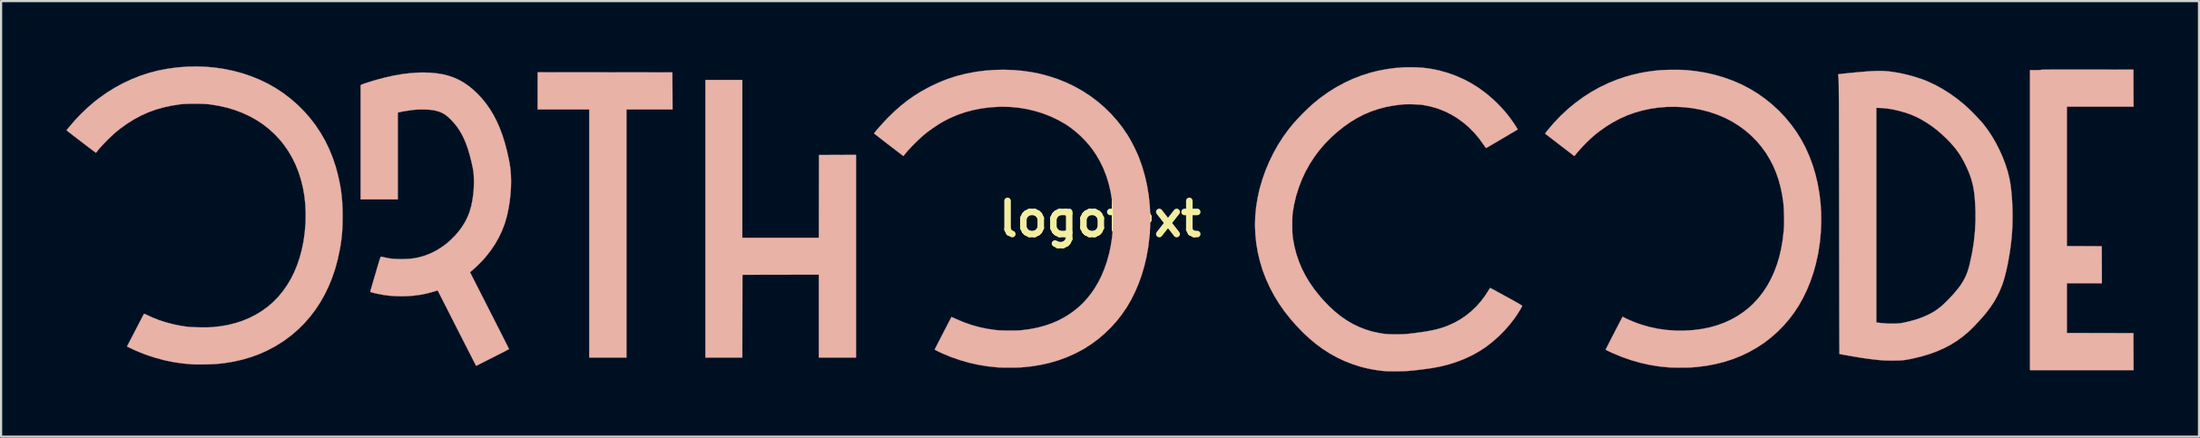
<source format=kicad_pcb>
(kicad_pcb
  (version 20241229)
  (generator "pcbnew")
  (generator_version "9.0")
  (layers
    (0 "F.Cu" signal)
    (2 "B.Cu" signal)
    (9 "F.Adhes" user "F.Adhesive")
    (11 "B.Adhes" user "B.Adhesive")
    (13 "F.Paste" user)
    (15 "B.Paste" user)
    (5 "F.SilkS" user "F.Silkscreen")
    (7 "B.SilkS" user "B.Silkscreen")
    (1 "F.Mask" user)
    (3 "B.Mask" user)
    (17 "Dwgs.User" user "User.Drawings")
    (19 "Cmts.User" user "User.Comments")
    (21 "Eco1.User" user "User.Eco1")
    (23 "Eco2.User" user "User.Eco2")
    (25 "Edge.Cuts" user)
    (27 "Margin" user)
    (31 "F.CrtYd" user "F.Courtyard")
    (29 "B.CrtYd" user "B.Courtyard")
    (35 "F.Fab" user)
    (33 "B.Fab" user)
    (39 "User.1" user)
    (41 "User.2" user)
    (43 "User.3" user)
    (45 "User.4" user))
  (footprint "logotext"
    (layer "F.Cu")
    (at 47.459 7.016)
    (property "Reference" "logotext" (at 0 0 0) (layer "F.SilkS") (effects (font (size 1.524 1.524) (thickness 0.3))))
    (attr through_hole)
    (fp_poly (pts (xy -22.729 -6.742) (xy -19.636 -6.738) (xy -19.632 -5.888) (xy -19.628 -5.038) (xy -21.745 -5.038) (xy -21.745 6.364) (xy -23.453 6.364) (xy -23.453 -5.038) (xy -25.823 -5.038) (xy -25.823 -6.745) (xy -22.729 -6.742)) (stroke (width 0.01) (type solid)) (fill yes) (layer "B.SilkS"))
    (fp_poly (pts (xy -16.425 0.861) (xy -12.912 0.861) (xy -12.908 -1.041) (xy -12.905 -2.942) (xy -12.054 -2.946) (xy -11.204 -2.949) (xy -11.204 6.364) (xy -12.912 6.364) (xy -12.912 2.554) (xy -14.665 2.558) (xy -16.418 2.561) (xy -16.422 4.463) (xy -16.425 6.364) (xy -18.119 6.364) (xy -18.119 -6.392) (xy -16.425 -6.392) (xy -16.425 0.861)) (stroke (width 0.01) (type solid)) (fill yes) (layer "B.SilkS"))
    (fp_poly (pts (xy 44.91 -6.869) (xy 45.233 -6.869) (xy 45.328 -6.869) (xy 47.449 -6.865) (xy 47.452 -6.015) (xy 47.456 -5.165) (xy 44.394 -5.165) (xy 44.394 1.242) (xy 45.194 1.245) (xy 45.995 1.249) (xy 45.999 2.099) (xy 46.002 2.949) (xy 44.394 2.949) (xy 44.394 5.235) (xy 45.921 5.239) (xy 47.449 5.242) (xy 47.456 6.943) (xy 42.7 6.943) (xy 42.7 -6.844) (xy 42.954 -6.844) (xy 43.052 -6.845) (xy 43.127 -6.847) (xy 43.179 -6.851) (xy 43.205 -6.855) (xy 43.208 -6.858) (xy 43.222 -6.86) (xy 43.265 -6.862) (xy 43.335 -6.864) (xy 43.434 -6.865) (xy 43.56 -6.867) (xy 43.715 -6.868) (xy 43.898 -6.868) (xy 44.109 -6.869) (xy 44.348 -6.869) (xy 44.615 -6.869) (xy 44.91 -6.869)) (stroke (width 0.01) (type solid)) (fill yes) (layer "B.SilkS"))
    (fp_poly (pts (xy 26.577 -6.857) (xy 26.724 -6.854) (xy 26.852 -6.848) (xy 26.917 -6.844) (xy 27.361 -6.797) (xy 27.797 -6.725) (xy 28.222 -6.629) (xy 28.636 -6.509) (xy 29.036 -6.366) (xy 29.422 -6.2) (xy 29.792 -6.01) (xy 29.852 -5.977) (xy 30.207 -5.759) (xy 30.545 -5.519) (xy 30.867 -5.258) (xy 31.171 -4.977) (xy 31.456 -4.677) (xy 31.72 -4.359) (xy 31.962 -4.026) (xy 32.181 -3.678) (xy 32.377 -3.316) (xy 32.408 -3.251) (xy 32.578 -2.866) (xy 32.726 -2.467) (xy 32.85 -2.054) (xy 32.95 -1.63) (xy 33.027 -1.196) (xy 33.081 -0.754) (xy 33.11 -0.306) (xy 33.115 0.147) (xy 33.096 0.602) (xy 33.053 1.058) (xy 32.985 1.513) (xy 32.962 1.637) (xy 32.867 2.063) (xy 32.751 2.476) (xy 32.614 2.876) (xy 32.456 3.26) (xy 32.278 3.628) (xy 32.081 3.977) (xy 31.865 4.307) (xy 31.65 4.593) (xy 31.384 4.902) (xy 31.1 5.189) (xy 30.799 5.453) (xy 30.481 5.696) (xy 30.147 5.915) (xy 29.798 6.112) (xy 29.434 6.286) (xy 29.055 6.436) (xy 28.662 6.563) (xy 28.255 6.665) (xy 27.836 6.744) (xy 27.404 6.798) (xy 27.195 6.815) (xy 27.097 6.82) (xy 26.977 6.824) (xy 26.842 6.826) (xy 26.699 6.827) (xy 26.552 6.827) (xy 26.41 6.825) (xy 26.278 6.822) (xy 26.162 6.818) (xy 26.084 6.814) (xy 25.661 6.771) (xy 25.234 6.701) (xy 24.808 6.605) (xy 24.387 6.485) (xy 23.974 6.342) (xy 23.572 6.176) (xy 23.425 6.108) (xy 23.356 6.075) (xy 23.296 6.046) (xy 23.25 6.023) (xy 23.222 6.009) (xy 23.216 6.005) (xy 23.222 5.992) (xy 23.239 5.956) (xy 23.267 5.9) (xy 23.305 5.824) (xy 23.351 5.733) (xy 23.405 5.627) (xy 23.465 5.51) (xy 23.531 5.382) (xy 23.6 5.247) (xy 23.602 5.244) (xy 23.993 4.489) (xy 24.142 4.564) (xy 24.305 4.64) (xy 24.486 4.716) (xy 24.677 4.79) (xy 24.841 4.846) (xy 25.219 4.956) (xy 25.605 5.04) (xy 26 5.096) (xy 26.401 5.126) (xy 26.81 5.129) (xy 27.225 5.104) (xy 27.27 5.1) (xy 27.64 5.051) (xy 27.995 4.979) (xy 28.336 4.883) (xy 28.663 4.764) (xy 28.973 4.622) (xy 29.268 4.458) (xy 29.546 4.27) (xy 29.808 4.061) (xy 30.008 3.874) (xy 30.236 3.626) (xy 30.445 3.357) (xy 30.634 3.069) (xy 30.803 2.762) (xy 30.953 2.436) (xy 31.082 2.092) (xy 31.191 1.731) (xy 31.279 1.352) (xy 31.346 0.956) (xy 31.392 0.544) (xy 31.399 0.466) (xy 31.404 0.363) (xy 31.408 0.24) (xy 31.409 0.102) (xy 31.408 -0.045) (xy 31.406 -0.195) (xy 31.402 -0.342) (xy 31.396 -0.481) (xy 31.388 -0.605) (xy 31.379 -0.708) (xy 31.377 -0.734) (xy 31.322 -1.11) (xy 31.248 -1.467) (xy 31.157 -1.805) (xy 31.045 -2.127) (xy 30.914 -2.435) (xy 30.762 -2.731) (xy 30.76 -2.735) (xy 30.573 -3.042) (xy 30.364 -3.33) (xy 30.135 -3.599) (xy 29.886 -3.849) (xy 29.618 -4.079) (xy 29.331 -4.289) (xy 29.027 -4.478) (xy 28.706 -4.645) (xy 28.368 -4.789) (xy 28.015 -4.911) (xy 27.924 -4.939) (xy 27.554 -5.031) (xy 27.176 -5.099) (xy 26.793 -5.141) (xy 26.408 -5.159) (xy 26.022 -5.153) (xy 25.639 -5.122) (xy 25.261 -5.067) (xy 24.891 -4.987) (xy 24.53 -4.883) (xy 24.194 -4.76) (xy 23.865 -4.613) (xy 23.54 -4.439) (xy 23.22 -4.24) (xy 22.91 -4.018) (xy 22.724 -3.871) (xy 22.598 -3.762) (xy 22.461 -3.636) (xy 22.321 -3.499) (xy 22.181 -3.356) (xy 22.048 -3.212) (xy 21.926 -3.074) (xy 21.822 -2.946) (xy 21.816 -2.939) (xy 21.78 -2.893) (xy 21.117 -3.402) (xy 20.997 -3.494) (xy 20.884 -3.581) (xy 20.779 -3.662) (xy 20.685 -3.734) (xy 20.603 -3.797) (xy 20.536 -3.849) (xy 20.486 -3.888) (xy 20.454 -3.913) (xy 20.443 -3.922) (xy 20.447 -3.936) (xy 20.465 -3.968) (xy 20.496 -4.011) (xy 20.527 -4.051) (xy 20.829 -4.407) (xy 21.147 -4.741) (xy 21.48 -5.052) (xy 21.828 -5.339) (xy 22.189 -5.604) (xy 22.564 -5.844) (xy 22.95 -6.06) (xy 23.348 -6.251) (xy 23.757 -6.416) (xy 24.175 -6.555) (xy 24.448 -6.63) (xy 24.778 -6.706) (xy 25.109 -6.767) (xy 25.45 -6.813) (xy 25.689 -6.837) (xy 25.806 -6.845) (xy 25.944 -6.851) (xy 26.096 -6.856) (xy 26.257 -6.858) (xy 26.42 -6.859) (xy 26.577 -6.857)) (stroke (width 0.01) (type solid)) (fill yes) (layer "B.SilkS"))
    (fp_poly (pts (xy -41.061 -6.997) (xy -40.63 -6.958) (xy -40.206 -6.895) (xy -39.789 -6.808) (xy -39.381 -6.698) (xy -38.984 -6.564) (xy -38.598 -6.408) (xy -38.226 -6.229) (xy -37.868 -6.027) (xy -37.527 -5.803) (xy -37.503 -5.787) (xy -37.163 -5.527) (xy -36.844 -5.249) (xy -36.547 -4.953) (xy -36.272 -4.64) (xy -36.019 -4.31) (xy -35.789 -3.963) (xy -35.581 -3.601) (xy -35.397 -3.222) (xy -35.236 -2.828) (xy -35.098 -2.419) (xy -35.003 -2.069) (xy -34.94 -1.796) (xy -34.888 -1.535) (xy -34.847 -1.279) (xy -34.817 -1.022) (xy -34.795 -0.757) (xy -34.782 -0.479) (xy -34.777 -0.181) (xy -34.777 -0.113) (xy -34.78 0.136) (xy -34.786 0.364) (xy -34.799 0.578) (xy -34.817 0.784) (xy -34.841 0.989) (xy -34.872 1.201) (xy -34.911 1.425) (xy -34.913 1.432) (xy -35.007 1.872) (xy -35.123 2.296) (xy -35.261 2.704) (xy -35.421 3.096) (xy -35.602 3.47) (xy -35.804 3.827) (xy -36.026 4.165) (xy -36.269 4.485) (xy -36.532 4.786) (xy -36.814 5.068) (xy -37.116 5.329) (xy -37.437 5.57) (xy -37.536 5.637) (xy -37.878 5.85) (xy -38.232 6.038) (xy -38.598 6.202) (xy -38.976 6.341) (xy -39.368 6.457) (xy -39.775 6.55) (xy -40.197 6.619) (xy -40.499 6.653) (xy -40.607 6.661) (xy -40.736 6.668) (xy -40.88 6.674) (xy -41.032 6.679) (xy -41.187 6.681) (xy -41.337 6.682) (xy -41.477 6.681) (xy -41.601 6.679) (xy -41.691 6.674) (xy -42.123 6.636) (xy -42.543 6.574) (xy -42.958 6.489) (xy -43.372 6.378) (xy -43.682 6.278) (xy -43.82 6.229) (xy -43.971 6.171) (xy -44.125 6.109) (xy -44.276 6.046) (xy -44.415 5.983) (xy -44.536 5.926) (xy -44.549 5.919) (xy -44.678 5.855) (xy -44.58 5.669) (xy -44.552 5.615) (xy -44.513 5.54) (xy -44.465 5.448) (xy -44.41 5.342) (xy -44.35 5.227) (xy -44.288 5.105) (xy -44.224 4.981) (xy -44.198 4.932) (xy -44.138 4.816) (xy -44.082 4.708) (xy -44.031 4.61) (xy -43.987 4.524) (xy -43.95 4.454) (xy -43.923 4.402) (xy -43.906 4.371) (xy -43.902 4.363) (xy -43.89 4.357) (xy -43.868 4.36) (xy -43.83 4.375) (xy -43.772 4.403) (xy -43.763 4.408) (xy -43.487 4.534) (xy -43.192 4.649) (xy -42.881 4.749) (xy -42.563 4.833) (xy -42.241 4.9) (xy -41.938 4.946) (xy -41.841 4.956) (xy -41.722 4.964) (xy -41.587 4.97) (xy -41.442 4.975) (xy -41.293 4.978) (xy -41.146 4.979) (xy -41.007 4.978) (xy -40.882 4.975) (xy -40.778 4.969) (xy -40.774 4.969) (xy -40.401 4.929) (xy -40.045 4.868) (xy -39.706 4.784) (xy -39.381 4.679) (xy -39.071 4.551) (xy -38.773 4.4) (xy -38.487 4.226) (xy -38.482 4.223) (xy -38.216 4.029) (xy -37.967 3.814) (xy -37.736 3.578) (xy -37.523 3.321) (xy -37.329 3.045) (xy -37.153 2.749) (xy -36.997 2.436) (xy -36.861 2.105) (xy -36.744 1.757) (xy -36.647 1.393) (xy -36.571 1.013) (xy -36.516 0.618) (xy -36.482 0.209) (xy -36.478 0.128) (xy -36.472 -0.276) (xy -36.49 -0.672) (xy -36.532 -1.059) (xy -36.597 -1.434) (xy -36.686 -1.798) (xy -36.797 -2.149) (xy -36.931 -2.486) (xy -37.087 -2.809) (xy -37.266 -3.115) (xy -37.466 -3.405) (xy -37.65 -3.634) (xy -37.893 -3.895) (xy -38.155 -4.135) (xy -38.435 -4.354) (xy -38.732 -4.551) (xy -39.047 -4.726) (xy -39.378 -4.879) (xy -39.726 -5.011) (xy -40.09 -5.119) (xy -40.47 -5.205) (xy -40.864 -5.269) (xy -40.894 -5.272) (xy -40.995 -5.282) (xy -41.118 -5.29) (xy -41.259 -5.295) (xy -41.41 -5.299) (xy -41.566 -5.3) (xy -41.723 -5.299) (xy -41.874 -5.296) (xy -42.013 -5.29) (xy -42.136 -5.283) (xy -42.234 -5.273) (xy -42.623 -5.213) (xy -42.994 -5.133) (xy -43.349 -5.032) (xy -43.691 -4.908) (xy -44.022 -4.76) (xy -44.345 -4.588) (xy -44.662 -4.39) (xy -44.976 -4.165) (xy -45.113 -4.057) (xy -45.207 -3.979) (xy -45.31 -3.887) (xy -45.42 -3.785) (xy -45.532 -3.677) (xy -45.644 -3.565) (xy -45.751 -3.454) (xy -45.85 -3.347) (xy -45.939 -3.248) (xy -46.012 -3.16) (xy -46.066 -3.089) (xy -46.088 -3.062) (xy -46.104 -3.048) (xy -46.105 -3.048) (xy -46.118 -3.057) (xy -46.15 -3.08) (xy -46.2 -3.117) (xy -46.266 -3.166) (xy -46.344 -3.225) (xy -46.432 -3.292) (xy -46.528 -3.365) (xy -46.63 -3.442) (xy -46.735 -3.522) (xy -46.84 -3.603) (xy -46.944 -3.682) (xy -47.044 -3.759) (xy -47.137 -3.83) (xy -47.221 -3.895) (xy -47.294 -3.952) (xy -47.353 -3.998) (xy -47.396 -4.032) (xy -47.421 -4.052) (xy -47.423 -4.054) (xy -47.454 -4.082) (xy -47.367 -4.189) (xy -47.09 -4.514) (xy -46.796 -4.825) (xy -46.489 -5.118) (xy -46.174 -5.389) (xy -45.976 -5.544) (xy -45.616 -5.8) (xy -45.242 -6.033) (xy -44.858 -6.242) (xy -44.465 -6.426) (xy -44.065 -6.585) (xy -43.659 -6.718) (xy -43.254 -6.822) (xy -42.815 -6.907) (xy -42.374 -6.967) (xy -41.934 -7.001) (xy -41.496 -7.011) (xy -41.061 -6.997)) (stroke (width 0.01) (type solid)) (fill yes) (layer "B.SilkS"))
    (fp_poly (pts (xy -30.76 -6.725) (xy -30.46 -6.697) (xy -30.179 -6.651) (xy -29.914 -6.584) (xy -29.664 -6.498) (xy -29.426 -6.39) (xy -29.2 -6.261) (xy -28.983 -6.111) (xy -28.829 -5.986) (xy -28.602 -5.777) (xy -28.392 -5.554) (xy -28.197 -5.316) (xy -28.018 -5.062) (xy -27.854 -4.79) (xy -27.703 -4.5) (xy -27.566 -4.19) (xy -27.442 -3.859) (xy -27.331 -3.505) (xy -27.231 -3.128) (xy -27.142 -2.726) (xy -27.114 -2.583) (xy -27.075 -2.323) (xy -27.051 -2.043) (xy -27.042 -1.749) (xy -27.048 -1.443) (xy -27.07 -1.131) (xy -27.105 -0.816) (xy -27.155 -0.503) (xy -27.22 -0.195) (xy -27.236 -0.129) (xy -27.333 0.207) (xy -27.458 0.535) (xy -27.609 0.853) (xy -27.785 1.162) (xy -27.988 1.461) (xy -28.216 1.749) (xy -28.232 1.768) (xy -28.319 1.865) (xy -28.42 1.972) (xy -28.528 2.081) (xy -28.637 2.187) (xy -28.739 2.282) (xy -28.803 2.338) (xy -28.927 2.444) (xy -28.862 2.573) (xy -28.848 2.602) (xy -28.821 2.654) (xy -28.784 2.728) (xy -28.736 2.822) (xy -28.679 2.935) (xy -28.613 3.064) (xy -28.539 3.209) (xy -28.458 3.368) (xy -28.371 3.539) (xy -28.279 3.72) (xy -28.182 3.91) (xy -28.082 4.107) (xy -27.979 4.31) (xy -27.965 4.337) (xy -27.863 4.537) (xy -27.765 4.731) (xy -27.671 4.916) (xy -27.582 5.091) (xy -27.499 5.255) (xy -27.423 5.405) (xy -27.354 5.542) (xy -27.293 5.662) (xy -27.241 5.765) (xy -27.199 5.849) (xy -27.168 5.913) (xy -27.147 5.955) (xy -27.138 5.974) (xy -27.138 5.975) (xy -27.152 5.984) (xy -27.176 5.997) (xy -27.213 6.017) (xy -27.264 6.044) (xy -27.33 6.079) (xy -27.414 6.122) (xy -27.517 6.175) (xy -27.64 6.237) (xy -27.785 6.311) (xy -27.942 6.39) (xy -28.643 6.745) (xy -28.677 6.685) (xy -28.688 6.665) (xy -28.71 6.622) (xy -28.744 6.557) (xy -28.788 6.471) (xy -28.842 6.365) (xy -28.904 6.243) (xy -28.975 6.104) (xy -29.053 5.951) (xy -29.138 5.785) (xy -29.228 5.608) (xy -29.324 5.421) (xy -29.423 5.225) (xy -29.526 5.023) (xy -29.562 4.952) (xy -30.413 3.278) (xy -30.542 3.319) (xy -30.868 3.41) (xy -31.194 3.478) (xy -31.525 3.522) (xy -31.867 3.545) (xy -32.06 3.548) (xy -32.353 3.541) (xy -32.629 3.522) (xy -32.896 3.487) (xy -33.163 3.437) (xy -33.331 3.399) (xy -33.404 3.38) (xy -33.455 3.366) (xy -33.486 3.355) (xy -33.502 3.345) (xy -33.507 3.334) (xy -33.506 3.323) (xy -33.5 3.305) (xy -33.488 3.261) (xy -33.469 3.196) (xy -33.444 3.111) (xy -33.415 3.009) (xy -33.381 2.892) (xy -33.343 2.764) (xy -33.303 2.626) (xy -33.269 2.511) (xy -33.22 2.344) (xy -33.179 2.203) (xy -33.143 2.085) (xy -33.114 1.988) (xy -33.09 1.91) (xy -33.07 1.849) (xy -33.054 1.803) (xy -33.042 1.77) (xy -33.032 1.749) (xy -33.024 1.736) (xy -33.017 1.731) (xy -33.012 1.73) (xy -32.987 1.734) (xy -32.942 1.743) (xy -32.885 1.755) (xy -32.858 1.761) (xy -32.734 1.788) (xy -32.62 1.808) (xy -32.508 1.823) (xy -32.392 1.833) (xy -32.263 1.838) (xy -32.116 1.841) (xy -32.075 1.841) (xy -31.862 1.837) (xy -31.67 1.824) (xy -31.491 1.802) (xy -31.316 1.769) (xy -31.141 1.723) (xy -30.974 1.67) (xy -30.727 1.573) (xy -30.485 1.451) (xy -30.251 1.307) (xy -30.027 1.144) (xy -29.816 0.962) (xy -29.619 0.766) (xy -29.439 0.556) (xy -29.279 0.336) (xy -29.14 0.107) (xy -29.025 -0.129) (xy -28.943 -0.346) (xy -28.875 -0.585) (xy -28.821 -0.844) (xy -28.781 -1.117) (xy -28.756 -1.396) (xy -28.747 -1.677) (xy -28.748 -1.806) (xy -28.752 -1.917) (xy -28.756 -2.014) (xy -28.763 -2.102) (xy -28.773 -2.187) (xy -28.787 -2.275) (xy -28.805 -2.373) (xy -28.829 -2.485) (xy -28.86 -2.618) (xy -28.863 -2.635) (xy -28.939 -2.937) (xy -29.021 -3.213) (xy -29.11 -3.466) (xy -29.207 -3.697) (xy -29.313 -3.909) (xy -29.429 -4.104) (xy -29.555 -4.284) (xy -29.695 -4.45) (xy -29.76 -4.52) (xy -29.874 -4.634) (xy -29.978 -4.727) (xy -30.078 -4.802) (xy -30.178 -4.863) (xy -30.284 -4.912) (xy -30.401 -4.952) (xy -30.533 -4.987) (xy -30.579 -4.997) (xy -30.663 -5.011) (xy -30.768 -5.022) (xy -30.889 -5.03) (xy -31.018 -5.035) (xy -31.15 -5.036) (xy -31.279 -5.034) (xy -31.396 -5.029) (xy -31.45 -5.024) (xy -31.551 -5.013) (xy -31.667 -4.998) (xy -31.789 -4.98) (xy -31.91 -4.961) (xy -32.021 -4.942) (xy -32.116 -4.923) (xy -32.147 -4.916) (xy -32.244 -4.894) (xy -32.244 -0.903) (xy -33.951 -0.903) (xy -33.951 -6.149) (xy -33.92 -6.17) (xy -33.892 -6.183) (xy -33.841 -6.203) (xy -33.77 -6.228) (xy -33.683 -6.258) (xy -33.584 -6.29) (xy -33.477 -6.323) (xy -33.364 -6.357) (xy -33.251 -6.39) (xy -33.203 -6.404) (xy -32.802 -6.51) (xy -32.418 -6.595) (xy -32.047 -6.659) (xy -31.689 -6.703) (xy -31.342 -6.728) (xy -31.08 -6.734) (xy -30.76 -6.725)) (stroke (width 0.01) (type solid)) (fill yes) (layer "B.SilkS"))
    (fp_poly (pts (xy -3.998 -6.848) (xy -3.567 -6.811) (xy -3.145 -6.751) (xy -2.761 -6.674) (xy -2.342 -6.563) (xy -1.936 -6.428) (xy -1.542 -6.269) (xy -1.163 -6.087) (xy -0.798 -5.881) (xy -0.449 -5.654) (xy -0.117 -5.405) (xy 0.198 -5.135) (xy 0.494 -4.845) (xy 0.771 -4.536) (xy 1.029 -4.207) (xy 1.265 -3.86) (xy 1.274 -3.845) (xy 1.342 -3.731) (xy 1.417 -3.598) (xy 1.495 -3.451) (xy 1.573 -3.298) (xy 1.647 -3.145) (xy 1.714 -2.999) (xy 1.771 -2.866) (xy 1.788 -2.822) (xy 1.938 -2.402) (xy 2.063 -1.97) (xy 2.162 -1.529) (xy 2.236 -1.078) (xy 2.284 -0.62) (xy 2.306 -0.156) (xy 2.303 0.312) (xy 2.273 0.783) (xy 2.218 1.256) (xy 2.207 1.326) (xy 2.13 1.753) (xy 2.031 2.17) (xy 1.911 2.575) (xy 1.771 2.967) (xy 1.611 3.342) (xy 1.434 3.699) (xy 1.238 4.036) (xy 1.225 4.057) (xy 1.004 4.38) (xy 0.762 4.689) (xy 0.499 4.981) (xy 0.218 5.255) (xy -0.079 5.509) (xy -0.39 5.74) (xy -0.713 5.948) (xy -0.804 6.001) (xy -1.166 6.19) (xy -1.539 6.354) (xy -1.922 6.494) (xy -2.319 6.61) (xy -2.728 6.702) (xy -3.152 6.769) (xy -3.59 6.814) (xy -3.612 6.815) (xy -3.702 6.82) (xy -3.814 6.824) (xy -3.942 6.826) (xy -4.079 6.827) (xy -4.22 6.827) (xy -4.359 6.826) (xy -4.489 6.824) (xy -4.605 6.82) (xy -4.701 6.815) (xy -4.727 6.814) (xy -5.158 6.768) (xy -5.589 6.697) (xy -6.016 6.601) (xy -6.436 6.481) (xy -6.846 6.338) (xy -7.242 6.173) (xy -7.381 6.108) (xy -7.451 6.074) (xy -7.511 6.044) (xy -7.557 6.019) (xy -7.585 6.003) (xy -7.592 5.998) (xy -7.586 5.985) (xy -7.568 5.949) (xy -7.54 5.893) (xy -7.503 5.821) (xy -7.458 5.734) (xy -7.408 5.635) (xy -7.352 5.528) (xy -7.294 5.414) (xy -7.233 5.296) (xy -7.172 5.177) (xy -7.112 5.06) (xy -7.053 4.947) (xy -6.999 4.842) (xy -6.949 4.745) (xy -6.905 4.662) (xy -6.869 4.593) (xy -6.843 4.542) (xy -6.826 4.511) (xy -6.821 4.503) (xy -6.808 4.507) (xy -6.773 4.521) (xy -6.721 4.543) (xy -6.657 4.571) (xy -6.611 4.592) (xy -6.255 4.743) (xy -5.9 4.868) (xy -5.542 4.968) (xy -5.176 5.045) (xy -4.797 5.099) (xy -4.765 5.103) (xy -4.668 5.111) (xy -4.549 5.118) (xy -4.415 5.122) (xy -4.272 5.125) (xy -4.125 5.126) (xy -3.981 5.126) (xy -3.845 5.123) (xy -3.724 5.118) (xy -3.625 5.111) (xy -3.605 5.11) (xy -3.234 5.061) (xy -2.882 4.994) (xy -2.548 4.906) (xy -2.231 4.797) (xy -1.93 4.668) (xy -1.642 4.517) (xy -1.434 4.388) (xy -1.19 4.217) (xy -0.968 4.035) (xy -0.762 3.839) (xy -0.57 3.624) (xy -0.387 3.389) (xy -0.258 3.201) (xy -0.087 2.915) (xy 0.067 2.61) (xy 0.202 2.287) (xy 0.319 1.948) (xy 0.416 1.596) (xy 0.494 1.233) (xy 0.551 0.861) (xy 0.588 0.483) (xy 0.605 0.099) (xy 0.599 -0.286) (xy 0.572 -0.672) (xy 0.55 -0.87) (xy 0.487 -1.256) (xy 0.4 -1.627) (xy 0.289 -1.984) (xy 0.155 -2.326) (xy -0.004 -2.654) (xy -0.187 -2.968) (xy -0.331 -3.18) (xy -0.496 -3.395) (xy -0.684 -3.607) (xy -0.888 -3.813) (xy -1.104 -4.006) (xy -1.326 -4.183) (xy -1.549 -4.338) (xy -1.595 -4.367) (xy -1.919 -4.551) (xy -2.258 -4.712) (xy -2.61 -4.849) (xy -2.973 -4.962) (xy -3.344 -5.051) (xy -3.722 -5.114) (xy -4.105 -5.151) (xy -4.491 -5.162) (xy -4.657 -5.159) (xy -5.066 -5.132) (xy -5.462 -5.08) (xy -5.845 -5.004) (xy -6.214 -4.904) (xy -6.571 -4.778) (xy -6.915 -4.628) (xy -7.215 -4.472) (xy -7.317 -4.412) (xy -7.435 -4.338) (xy -7.561 -4.255) (xy -7.69 -4.167) (xy -7.815 -4.079) (xy -7.929 -3.995) (xy -8.015 -3.928) (xy -8.098 -3.859) (xy -8.195 -3.773) (xy -8.301 -3.674) (xy -8.412 -3.568) (xy -8.524 -3.458) (xy -8.632 -3.348) (xy -8.732 -3.243) (xy -8.82 -3.147) (xy -8.891 -3.064) (xy -8.901 -3.052) (xy -9.029 -2.894) (xy -9.7 -3.409) (xy -9.821 -3.502) (xy -9.934 -3.59) (xy -10.039 -3.671) (xy -10.132 -3.744) (xy -10.214 -3.807) (xy -10.28 -3.859) (xy -10.33 -3.899) (xy -10.361 -3.925) (xy -10.372 -3.935) (xy -10.362 -3.953) (xy -10.336 -3.989) (xy -10.295 -4.04) (xy -10.242 -4.104) (xy -10.179 -4.177) (xy -10.108 -4.257) (xy -10.032 -4.341) (xy -9.954 -4.427) (xy -9.875 -4.512) (xy -9.798 -4.594) (xy -9.726 -4.668) (xy -9.688 -4.707) (xy -9.406 -4.978) (xy -9.124 -5.224) (xy -8.839 -5.449) (xy -8.547 -5.655) (xy -8.244 -5.845) (xy -7.924 -6.023) (xy -7.74 -6.117) (xy -7.48 -6.24) (xy -7.231 -6.346) (xy -6.985 -6.441) (xy -6.731 -6.525) (xy -6.545 -6.581) (xy -6.142 -6.683) (xy -5.725 -6.762) (xy -5.299 -6.818) (xy -4.867 -6.851) (xy -4.432 -6.861) (xy -3.998 -6.848)) (stroke (width 0.01) (type solid)) (fill yes) (layer "B.SilkS"))
    (fp_poly (pts (xy 14.512 -6.971) (xy 14.774 -6.956) (xy 15.024 -6.93) (xy 15.268 -6.891) (xy 15.515 -6.84) (xy 15.587 -6.823) (xy 15.973 -6.714) (xy 16.346 -6.58) (xy 16.705 -6.421) (xy 17.051 -6.237) (xy 17.385 -6.028) (xy 17.704 -5.794) (xy 18.011 -5.536) (xy 18.187 -5.37) (xy 18.339 -5.218) (xy 18.474 -5.074) (xy 18.599 -4.933) (xy 18.719 -4.787) (xy 18.832 -4.639) (xy 18.88 -4.574) (xy 18.931 -4.502) (xy 18.983 -4.427) (xy 19.033 -4.352) (xy 19.079 -4.282) (xy 19.119 -4.219) (xy 19.15 -4.169) (xy 19.17 -4.133) (xy 19.176 -4.116) (xy 19.175 -4.115) (xy 19.161 -4.106) (xy 19.125 -4.085) (xy 19.07 -4.052) (xy 18.998 -4.009) (xy 18.913 -3.959) (xy 18.816 -3.902) (xy 18.711 -3.84) (xy 18.6 -3.774) (xy 18.486 -3.707) (xy 18.371 -3.639) (xy 18.258 -3.573) (xy 18.149 -3.509) (xy 18.048 -3.449) (xy 17.956 -3.395) (xy 17.876 -3.349) (xy 17.812 -3.311) (xy 17.765 -3.284) (xy 17.739 -3.269) (xy 17.733 -3.266) (xy 17.718 -3.275) (xy 17.691 -3.306) (xy 17.652 -3.357) (xy 17.604 -3.427) (xy 17.601 -3.432) (xy 17.402 -3.708) (xy 17.184 -3.966) (xy 16.95 -4.204) (xy 16.699 -4.42) (xy 16.434 -4.615) (xy 16.156 -4.787) (xy 15.867 -4.934) (xy 15.568 -5.056) (xy 15.391 -5.114) (xy 15.13 -5.183) (xy 14.85 -5.238) (xy 14.821 -5.243) (xy 14.744 -5.253) (xy 14.645 -5.261) (xy 14.53 -5.267) (xy 14.405 -5.272) (xy 14.277 -5.275) (xy 14.151 -5.275) (xy 14.034 -5.274) (xy 13.931 -5.27) (xy 13.864 -5.265) (xy 13.488 -5.217) (xy 13.127 -5.149) (xy 12.781 -5.058) (xy 12.446 -4.945) (xy 12.123 -4.808) (xy 11.807 -4.646) (xy 11.5 -4.46) (xy 11.197 -4.247) (xy 10.898 -4.008) (xy 10.633 -3.771) (xy 10.348 -3.484) (xy 10.085 -3.181) (xy 9.845 -2.862) (xy 9.628 -2.527) (xy 9.435 -2.178) (xy 9.266 -1.816) (xy 9.122 -1.441) (xy 9.002 -1.055) (xy 8.909 -0.659) (xy 8.845 -0.282) (xy 8.838 -0.214) (xy 8.833 -0.118) (xy 8.829 0.003) (xy 8.828 0.147) (xy 8.827 0.275) (xy 8.828 0.406) (xy 8.829 0.513) (xy 8.831 0.602) (xy 8.835 0.677) (xy 8.839 0.743) (xy 8.846 0.805) (xy 8.854 0.868) (xy 8.859 0.899) (xy 8.926 1.261) (xy 9.016 1.611) (xy 9.131 1.95) (xy 9.27 2.281) (xy 9.435 2.604) (xy 9.626 2.921) (xy 9.843 3.232) (xy 10.088 3.54) (xy 10.237 3.711) (xy 10.498 3.986) (xy 10.764 4.233) (xy 11.036 4.454) (xy 11.314 4.648) (xy 11.599 4.816) (xy 11.893 4.959) (xy 12.197 5.077) (xy 12.51 5.172) (xy 12.835 5.242) (xy 13.034 5.273) (xy 13.121 5.282) (xy 13.23 5.289) (xy 13.356 5.294) (xy 13.491 5.297) (xy 13.63 5.298) (xy 13.766 5.296) (xy 13.894 5.293) (xy 14.008 5.287) (xy 14.097 5.28) (xy 14.361 5.25) (xy 14.599 5.22) (xy 14.814 5.19) (xy 15.009 5.159) (xy 15.187 5.126) (xy 15.35 5.092) (xy 15.502 5.055) (xy 15.644 5.015) (xy 15.779 4.971) (xy 15.911 4.924) (xy 15.949 4.909) (xy 16.245 4.777) (xy 16.527 4.622) (xy 16.793 4.443) (xy 17.044 4.241) (xy 17.278 4.018) (xy 17.494 3.774) (xy 17.69 3.511) (xy 17.808 3.328) (xy 17.845 3.268) (xy 17.878 3.218) (xy 17.903 3.183) (xy 17.917 3.166) (xy 17.919 3.166) (xy 18.146 3.289) (xy 18.349 3.4) (xy 18.53 3.499) (xy 18.69 3.586) (xy 18.829 3.663) (xy 18.95 3.729) (xy 19.053 3.787) (xy 19.139 3.836) (xy 19.211 3.877) (xy 19.268 3.91) (xy 19.312 3.938) (xy 19.345 3.959) (xy 19.367 3.975) (xy 19.379 3.986) (xy 19.384 3.994) (xy 19.384 3.996) (xy 19.372 4.023) (xy 19.347 4.069) (xy 19.312 4.13) (xy 19.269 4.202) (xy 19.22 4.281) (xy 19.168 4.361) (xy 19.117 4.44) (xy 19.067 4.513) (xy 19.037 4.557) (xy 18.813 4.847) (xy 18.567 5.127) (xy 18.303 5.393) (xy 18.024 5.639) (xy 17.736 5.863) (xy 17.717 5.877) (xy 17.419 6.073) (xy 17.102 6.251) (xy 16.766 6.41) (xy 16.415 6.549) (xy 16.051 6.668) (xy 15.677 6.765) (xy 15.508 6.8) (xy 15.358 6.828) (xy 15.186 6.856) (xy 14.998 6.883) (xy 14.798 6.91) (xy 14.593 6.935) (xy 14.389 6.957) (xy 14.191 6.976) (xy 14.175 6.978) (xy 14.094 6.983) (xy 13.991 6.988) (xy 13.872 6.992) (xy 13.742 6.995) (xy 13.608 6.996) (xy 13.476 6.997) (xy 13.35 6.996) (xy 13.238 6.995) (xy 13.145 6.992) (xy 13.102 6.989) (xy 12.925 6.973) (xy 12.73 6.947) (xy 12.525 6.913) (xy 12.32 6.873) (xy 12.121 6.827) (xy 11.945 6.781) (xy 11.58 6.663) (xy 11.227 6.524) (xy 10.885 6.363) (xy 10.553 6.179) (xy 10.23 5.972) (xy 9.915 5.74) (xy 9.607 5.482) (xy 9.304 5.199) (xy 9.007 4.889) (xy 8.748 4.593) (xy 8.472 4.245) (xy 8.22 3.885) (xy 7.994 3.515) (xy 7.793 3.135) (xy 7.617 2.747) (xy 7.467 2.351) (xy 7.344 1.948) (xy 7.247 1.54) (xy 7.176 1.127) (xy 7.133 0.711) (xy 7.117 0.292) (xy 7.128 -0.129) (xy 7.168 -0.551) (xy 7.169 -0.56) (xy 7.236 -0.977) (xy 7.33 -1.396) (xy 7.451 -1.812) (xy 7.596 -2.223) (xy 7.765 -2.627) (xy 7.957 -3.021) (xy 8.17 -3.403) (xy 8.404 -3.77) (xy 8.648 -4.106) (xy 8.845 -4.35) (xy 9.064 -4.597) (xy 9.298 -4.841) (xy 9.542 -5.079) (xy 9.79 -5.303) (xy 10.038 -5.508) (xy 10.13 -5.579) (xy 10.483 -5.832) (xy 10.85 -6.061) (xy 11.229 -6.265) (xy 11.617 -6.445) (xy 12.014 -6.599) (xy 12.417 -6.726) (xy 12.737 -6.807) (xy 13.142 -6.886) (xy 13.541 -6.94) (xy 13.94 -6.97) (xy 14.231 -6.976) (xy 14.512 -6.971)) (stroke (width 0.01) (type solid)) (fill yes) (layer "B.SilkS"))
    (fp_poly (pts (xy 35.95 -6.804) (xy 36.066 -6.797) (xy 36.18 -6.788) (xy 36.295 -6.775) (xy 36.414 -6.759) (xy 36.539 -6.739) (xy 36.632 -6.723) (xy 36.836 -6.684) (xy 37.053 -6.633) (xy 37.274 -6.575) (xy 37.492 -6.51) (xy 37.701 -6.441) (xy 37.894 -6.37) (xy 37.994 -6.329) (xy 38.344 -6.165) (xy 38.691 -5.974) (xy 39.031 -5.759) (xy 39.362 -5.521) (xy 39.681 -5.261) (xy 39.744 -5.206) (xy 39.835 -5.123) (xy 39.938 -5.025) (xy 40.047 -4.917) (xy 40.158 -4.804) (xy 40.268 -4.69) (xy 40.371 -4.579) (xy 40.464 -4.476) (xy 40.543 -4.385) (xy 40.574 -4.346) (xy 40.776 -4.077) (xy 40.966 -3.788) (xy 41.142 -3.483) (xy 41.303 -3.167) (xy 41.447 -2.844) (xy 41.571 -2.518) (xy 41.674 -2.195) (xy 41.753 -1.877) (xy 41.761 -1.84) (xy 41.8 -1.62) (xy 41.833 -1.377) (xy 41.859 -1.115) (xy 41.879 -0.839) (xy 41.893 -0.553) (xy 41.9 -0.26) (xy 41.899 0.033) (xy 41.892 0.323) (xy 41.877 0.606) (xy 41.861 0.816) (xy 41.834 1.072) (xy 41.801 1.333) (xy 41.762 1.594) (xy 41.718 1.851) (xy 41.67 2.102) (xy 41.618 2.342) (xy 41.563 2.566) (xy 41.507 2.773) (xy 41.449 2.956) (xy 41.418 3.041) (xy 41.309 3.309) (xy 41.184 3.565) (xy 41.042 3.814) (xy 40.878 4.059) (xy 40.692 4.305) (xy 40.61 4.405) (xy 40.538 4.489) (xy 40.452 4.586) (xy 40.357 4.69) (xy 40.256 4.797) (xy 40.154 4.904) (xy 40.056 5.004) (xy 39.966 5.094) (xy 39.887 5.169) (xy 39.857 5.197) (xy 39.602 5.41) (xy 39.332 5.605) (xy 39.046 5.782) (xy 38.742 5.94) (xy 38.419 6.082) (xy 38.076 6.207) (xy 37.712 6.315) (xy 37.325 6.408) (xy 37.204 6.434) (xy 37.115 6.45) (xy 37.02 6.466) (xy 36.931 6.48) (xy 36.857 6.489) (xy 36.846 6.491) (xy 36.779 6.495) (xy 36.689 6.499) (xy 36.582 6.501) (xy 36.464 6.503) (xy 36.34 6.503) (xy 36.217 6.502) (xy 36.1 6.499) (xy 35.995 6.496) (xy 35.907 6.491) (xy 35.885 6.489) (xy 35.763 6.478) (xy 35.621 6.464) (xy 35.468 6.446) (xy 35.311 6.426) (xy 35.158 6.406) (xy 35.018 6.386) (xy 35.01 6.384) (xy 34.929 6.372) (xy 34.835 6.356) (xy 34.731 6.339) (xy 34.622 6.321) (xy 34.51 6.302) (xy 34.399 6.282) (xy 34.293 6.264) (xy 34.195 6.246) (xy 34.109 6.231) (xy 34.039 6.217) (xy 33.987 6.207) (xy 33.957 6.201) (xy 33.951 6.199) (xy 33.951 6.185) (xy 33.95 6.143) (xy 33.95 6.075) (xy 33.949 5.981) (xy 33.949 5.863) (xy 33.948 5.721) (xy 33.947 5.556) (xy 33.947 5.369) (xy 33.946 5.161) (xy 33.946 4.933) (xy 33.945 4.752) (xy 35.645 4.752) (xy 35.698 4.76) (xy 35.732 4.764) (xy 35.788 4.77) (xy 35.856 4.777) (xy 35.927 4.783) (xy 36 4.789) (xy 36.069 4.795) (xy 36.125 4.8) (xy 36.16 4.804) (xy 36.192 4.805) (xy 36.247 4.806) (xy 36.318 4.806) (xy 36.4 4.805) (xy 36.47 4.804) (xy 36.579 4.801) (xy 36.667 4.796) (xy 36.742 4.789) (xy 36.813 4.778) (xy 36.887 4.764) (xy 36.887 4.764) (xy 37.118 4.712) (xy 37.326 4.658) (xy 37.515 4.602) (xy 37.689 4.542) (xy 37.854 4.475) (xy 38.015 4.402) (xy 38.075 4.372) (xy 38.219 4.295) (xy 38.351 4.215) (xy 38.476 4.128) (xy 38.599 4.031) (xy 38.725 3.92) (xy 38.86 3.79) (xy 38.919 3.73) (xy 39.095 3.547) (xy 39.248 3.376) (xy 39.382 3.215) (xy 39.499 3.06) (xy 39.599 2.908) (xy 39.685 2.757) (xy 39.76 2.602) (xy 39.824 2.442) (xy 39.879 2.272) (xy 39.928 2.091) (xy 39.932 2.074) (xy 40.04 1.573) (xy 40.121 1.076) (xy 40.173 0.581) (xy 40.198 0.087) (xy 40.198 -0.325) (xy 40.189 -0.595) (xy 40.175 -0.841) (xy 40.155 -1.066) (xy 40.13 -1.275) (xy 40.097 -1.47) (xy 40.055 -1.656) (xy 40.005 -1.836) (xy 39.945 -2.014) (xy 39.875 -2.193) (xy 39.793 -2.378) (xy 39.699 -2.572) (xy 39.683 -2.603) (xy 39.575 -2.802) (xy 39.462 -2.987) (xy 39.338 -3.163) (xy 39.199 -3.337) (xy 39.042 -3.513) (xy 38.891 -3.669) (xy 38.661 -3.889) (xy 38.433 -4.086) (xy 38.202 -4.263) (xy 37.963 -4.425) (xy 37.711 -4.575) (xy 37.62 -4.625) (xy 37.408 -4.728) (xy 37.175 -4.822) (xy 36.928 -4.906) (xy 36.672 -4.977) (xy 36.415 -5.035) (xy 36.163 -5.077) (xy 35.923 -5.101) (xy 35.853 -5.104) (xy 35.645 -5.112) (xy 35.645 4.752) (xy 33.945 4.752) (xy 33.945 4.686) (xy 33.944 4.421) (xy 33.944 4.138) (xy 33.943 3.838) (xy 33.942 3.523) (xy 33.942 3.194) (xy 33.941 2.85) (xy 33.94 2.494) (xy 33.94 2.125) (xy 33.939 1.745) (xy 33.939 1.355) (xy 33.938 0.956) (xy 33.938 0.548) (xy 33.937 0.133) (xy 33.937 -0.047) (xy 33.936 -0.56) (xy 33.936 -1.045) (xy 33.935 -1.503) (xy 33.934 -1.936) (xy 33.934 -2.343) (xy 33.933 -2.726) (xy 33.932 -3.085) (xy 33.932 -3.42) (xy 33.931 -3.734) (xy 33.931 -4.026) (xy 33.93 -4.297) (xy 33.929 -4.548) (xy 33.928 -4.78) (xy 33.928 -4.993) (xy 33.927 -5.188) (xy 33.926 -5.366) (xy 33.925 -5.528) (xy 33.924 -5.674) (xy 33.923 -5.805) (xy 33.922 -5.921) (xy 33.921 -6.025) (xy 33.92 -6.116) (xy 33.919 -6.194) (xy 33.918 -6.262) (xy 33.916 -6.319) (xy 33.915 -6.366) (xy 33.914 -6.404) (xy 33.912 -6.434) (xy 33.911 -6.457) (xy 33.91 -6.466) (xy 33.903 -6.534) (xy 33.898 -6.592) (xy 33.896 -6.633) (xy 33.896 -6.652) (xy 33.897 -6.653) (xy 33.912 -6.656) (xy 33.952 -6.661) (xy 34.014 -6.668) (xy 34.094 -6.677) (xy 34.189 -6.687) (xy 34.296 -6.699) (xy 34.397 -6.709) (xy 34.646 -6.733) (xy 34.87 -6.754) (xy 35.072 -6.771) (xy 35.253 -6.785) (xy 35.417 -6.796) (xy 35.566 -6.803) (xy 35.703 -6.806) (xy 35.83 -6.807) (xy 35.95 -6.804)) (stroke (width 0.01) (type solid)) (fill yes) (layer "B.SilkS")))
  (gr_rect
    (start -3 -3)
    (end 97.92 17.018)
    (stroke (width 0.1) (type default))
    (fill no)
    (layer "Edge.Cuts")))
</source>
